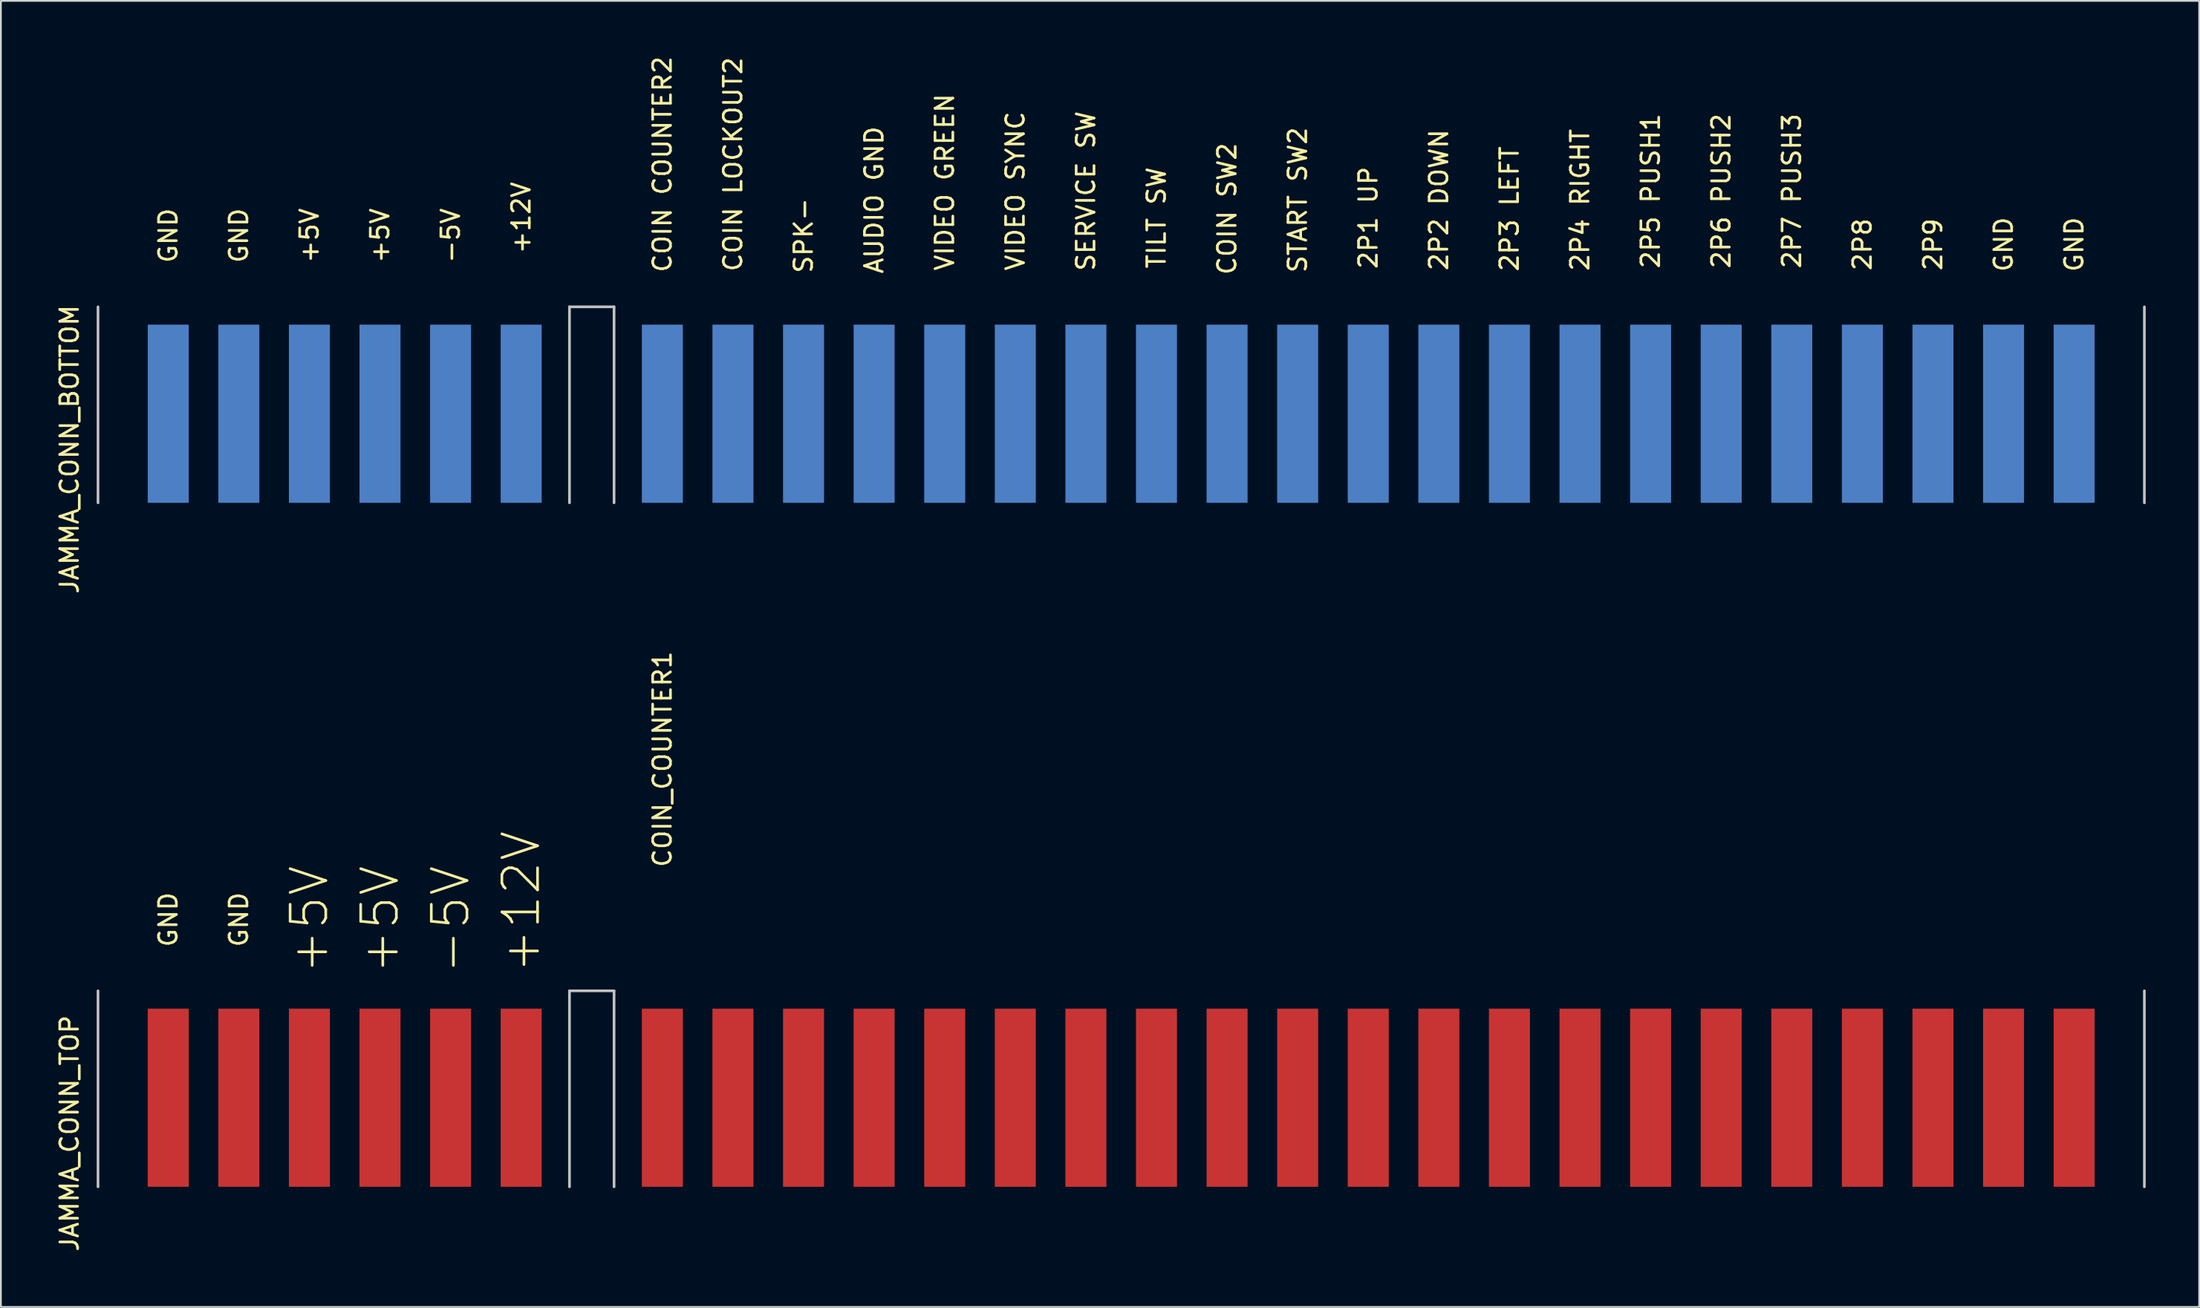
<source format=kicad_pcb>
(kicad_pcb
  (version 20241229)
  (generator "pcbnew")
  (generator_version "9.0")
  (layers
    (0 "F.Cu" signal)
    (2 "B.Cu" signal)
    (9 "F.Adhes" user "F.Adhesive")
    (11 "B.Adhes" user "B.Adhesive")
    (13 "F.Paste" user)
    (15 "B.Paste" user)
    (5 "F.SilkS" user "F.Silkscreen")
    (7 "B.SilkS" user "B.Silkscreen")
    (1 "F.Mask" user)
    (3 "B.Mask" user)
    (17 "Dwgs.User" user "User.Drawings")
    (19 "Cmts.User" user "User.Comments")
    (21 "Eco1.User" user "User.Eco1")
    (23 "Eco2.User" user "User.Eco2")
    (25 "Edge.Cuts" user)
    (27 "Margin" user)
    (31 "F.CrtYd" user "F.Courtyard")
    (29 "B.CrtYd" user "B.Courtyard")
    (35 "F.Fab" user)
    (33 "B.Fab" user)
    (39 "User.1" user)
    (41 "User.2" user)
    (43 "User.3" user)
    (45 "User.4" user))
  (footprint "JAMMA_CONN_TOP"
    (layer "F.Cu")
    (at 59.848 58.565)
    (property "Reference" "JAMMA_CONN_TOP" (at -59 2 90) (layer "F.SilkS") (effects (font (size 1 1) (thickness 0.15))))
    (attr through_hole)
    (fp_line (start -57.4 5) (end -57.4 -6) (stroke (width 0.15) (type solid)) (layer "Dwgs.User"))
    (fp_line (start -30.95 -6) (end -28.45 -6) (stroke (width 0.15) (type solid)) (layer "Dwgs.User"))
    (fp_line (start -30.95 5) (end -30.95 -6) (stroke (width 0.15) (type solid)) (layer "Dwgs.User"))
    (fp_line (start -28.45 5) (end -28.45 -6) (stroke (width 0.15) (type solid)) (layer "Dwgs.User"))
    (fp_line (start 57.4 5) (end 57.4 -6) (stroke (width 0.15) (type solid)) (layer "Dwgs.User"))
    (fp_text user "+5V" (at -41.58 -10 90) (layer "F.SilkS") (effects (font (size 2 2) (thickness 0.15))))
    (fp_text user "+12V" (at -33.66 -11 90) (layer "F.SilkS") (effects (font (size 2 2) (thickness 0.15))))
    (fp_text user "-5V" (at -37.62 -10 90) (layer "F.SilkS") (effects (font (size 2 2) (thickness 0.15))))
    (fp_text user "GND" (at -49.5 -10 90) (layer "F.SilkS") (effects (font (size 1 1) (thickness 0.15))))
    (fp_text user "+5V" (at -45.54 -10 90) (layer "F.SilkS") (effects (font (size 2 2) (thickness 0.15))))
    (fp_text user "COIN_COUNTER1" (at -25.74 -19 90) (layer "F.SilkS") (effects (font (size 1 1) (thickness 0.15))))
    (fp_text user "GND" (at -53.46 -10 90) (layer "F.SilkS") (effects (font (size 1 1) (thickness 0.15))))
    (pad "1" smd rect (at -53.46 0) (size 2.3 10) (layers "F.Cu" "F.Mask" "F.Paste"))
    (pad "2" smd rect (at -49.5 0) (size 2.3 10) (layers "F.Cu" "F.Mask" "F.Paste"))
    (pad "3" smd rect (at -45.54 0) (size 2.3 10) (layers "F.Cu" "F.Mask" "F.Paste"))
    (pad "4" smd rect (at -41.58 0) (size 2.3 10) (layers "F.Cu" "F.Mask" "F.Paste"))
    (pad "5" smd rect (at -37.62 0) (size 2.3 10) (layers "F.Cu" "F.Mask" "F.Paste"))
    (pad "6" smd rect (at -33.66 0) (size 2.3 10) (layers "F.Cu" "F.Mask" "F.Paste"))
    (pad "8" smd rect (at -25.74 0) (size 2.3 10) (layers "F.Cu" "F.Mask" "F.Paste"))
    (pad "9" smd rect (at -21.78 0) (size 2.3 10) (layers "F.Cu" "F.Mask" "F.Paste"))
    (pad "10" smd rect (at -17.82 0) (size 2.3 10) (layers "F.Cu" "F.Mask" "F.Paste"))
    (pad "11" smd rect (at -13.86 0) (size 2.3 10) (layers "F.Cu" "F.Mask" "F.Paste"))
    (pad "12" smd rect (at -9.9 0) (size 2.3 10) (layers "F.Cu" "F.Mask" "F.Paste"))
    (pad "13" smd rect (at -5.94 0) (size 2.3 10) (layers "F.Cu" "F.Mask" "F.Paste"))
    (pad "14" smd rect (at -1.98 0) (size 2.3 10) (layers "F.Cu" "F.Mask" "F.Paste"))
    (pad "15" smd rect (at 1.98 0) (size 2.3 10) (layers "F.Cu" "F.Mask" "F.Paste"))
    (pad "16" smd rect (at 5.94 0) (size 2.3 10) (layers "F.Cu" "F.Mask" "F.Paste"))
    (pad "17" smd rect (at 9.9 0) (size 2.3 10) (layers "F.Cu" "F.Mask" "F.Paste"))
    (pad "18" smd rect (at 13.86 0) (size 2.3 10) (layers "F.Cu" "F.Mask" "F.Paste"))
    (pad "19" smd rect (at 17.82 0) (size 2.3 10) (layers "F.Cu" "F.Mask" "F.Paste"))
    (pad "20" smd rect (at 21.78 0) (size 2.3 10) (layers "F.Cu" "F.Mask" "F.Paste"))
    (pad "21" smd rect (at 25.74 0) (size 2.3 10) (layers "F.Cu" "F.Mask" "F.Paste"))
    (pad "22" smd rect (at 29.7 0) (size 2.3 10) (layers "F.Cu" "F.Mask" "F.Paste"))
    (pad "23" smd rect (at 33.66 0) (size 2.3 10) (layers "F.Cu" "F.Mask" "F.Paste"))
    (pad "24" smd rect (at 37.62 0) (size 2.3 10) (layers "F.Cu" "F.Mask" "F.Paste"))
    (pad "25" smd rect (at 41.58 0) (size 2.3 10) (layers "F.Cu" "F.Mask" "F.Paste"))
    (pad "26" smd rect (at 45.54 0) (size 2.3 10) (layers "F.Cu" "F.Mask" "F.Paste"))
    (pad "27" smd rect (at 49.5 0) (size 2.3 10) (layers "F.Cu" "F.Mask" "F.Paste"))
    (pad "28" smd rect (at 53.46 0) (size 2.3 10) (layers "F.Cu" "F.Mask" "F.Paste")))
  (footprint "JAMMA_CONN_BOTTOM"
    (layer "F.Cu")
    (at 59.848 20.173)
    (property "Reference" "JAMMA_CONN_BOTTOM" (at -59 2 90) (layer "F.SilkS") (effects (font (size 1 1) (thickness 0.15))))
    (attr through_hole)
    (fp_line (start -57.4 5) (end -57.4 -6) (stroke (width 0.15) (type solid)) (layer "Dwgs.User"))
    (fp_line (start -30.95 -6) (end -28.45 -6) (stroke (width 0.15) (type solid)) (layer "Dwgs.User"))
    (fp_line (start -30.95 5) (end -30.95 -6) (stroke (width 0.15) (type solid)) (layer "Dwgs.User"))
    (fp_line (start -28.45 5) (end -28.45 -6) (stroke (width 0.15) (type solid)) (layer "Dwgs.User"))
    (fp_line (start 57.4 5) (end 57.4 -6) (stroke (width 0.15) (type solid)) (layer "Dwgs.User"))
    (fp_text user "VIDEO SYNC" (at -5.94 -12.5 90) (layer "F.SilkS") (effects (font (size 1 1) (thickness 0.15))))
    (fp_text user "TILT SW" (at 1.98 -11 90) (layer "F.SilkS") (effects (font (size 1 1) (thickness 0.15))))
    (fp_text user "2P3 LEFT" (at 21.78 -11.5 90) (layer "F.SilkS") (effects (font (size 1 1) (thickness 0.15))))
    (fp_text user "2P9" (at 45.54 -9.5 90) (layer "F.SilkS") (effects (font (size 1 1) (thickness 0.15))))
    (fp_text user "START SW2" (at 9.9 -12 90) (layer "F.SilkS") (effects (font (size 1 1) (thickness 0.15))))
    (fp_text user "2P2 DOWN" (at 17.82 -12 90) (layer "F.SilkS") (effects (font (size 1 1) (thickness 0.15))))
    (fp_text user "+5V" (at -41.58 -10 90) (layer "F.SilkS") (effects (font (size 1 1) (thickness 0.15))))
    (fp_text user "COIN COUNTER2" (at -25.74 -14 90) (layer "F.SilkS") (effects (font (size 1 1) (thickness 0.15))))
    (fp_text user "2P8" (at 41.58 -9.5 90) (layer "F.SilkS") (effects (font (size 1 1) (thickness 0.15))))
    (fp_text user "2P7 PUSH3" (at 37.62 -12.5 90) (layer "F.SilkS") (effects (font (size 1 1) (thickness 0.15))))
    (fp_text user "SERVICE SW" (at -1.98 -12.5 90) (layer "F.SilkS") (effects (font (size 1 1) (thickness 0.15))))
    (fp_text user "2P6 PUSH2" (at 33.66 -12.5 90) (layer "F.SilkS") (effects (font (size 1 1) (thickness 0.15))))
    (fp_text user "VIDEO GREEN" (at -9.9 -13 90) (layer "F.SilkS") (effects (font (size 1 1) (thickness 0.15))))
    (fp_text user "GND" (at -49.5 -10 90) (layer "F.SilkS") (effects (font (size 1 1) (thickness 0.15))))
    (fp_text user "+5V" (at -45.54 -10 90) (layer "F.SilkS") (effects (font (size 1 1) (thickness 0.15))))
    (fp_text user "2P4 RIGHT" (at 25.74 -12 90) (layer "F.SilkS") (effects (font (size 1 1) (thickness 0.15))))
    (fp_text user "+12V" (at -33.66 -11 90) (layer "F.SilkS") (effects (font (size 1 1) (thickness 0.15))))
    (fp_text user "COIN LOCKOUT2" (at -21.78 -14 90) (layer "F.SilkS") (effects (font (size 1 1) (thickness 0.15))))
    (fp_text user "COIN SW2" (at 5.94 -11.5 90) (layer "F.SilkS") (effects (font (size 1 1) (thickness 0.15))))
    (fp_text user "GND" (at -53.46 -10 90) (layer "F.SilkS") (effects (font (size 1 1) (thickness 0.15))))
    (fp_text user "SPK-" (at -17.82 -10 90) (layer "F.SilkS") (effects (font (size 1 1) (thickness 0.15))))
    (fp_text user "-5V" (at -37.62 -10 90) (layer "F.SilkS") (effects (font (size 1 1) (thickness 0.15))))
    (fp_text user "2P5 PUSH1" (at 29.7 -12.5 90) (layer "F.SilkS") (effects (font (size 1 1) (thickness 0.15))))
    (fp_text user "AUDIO GND" (at -13.86 -12 90) (layer "F.SilkS") (effects (font (size 1 1) (thickness 0.15))))
    (fp_text user "2P1 UP" (at 13.86 -11 90) (layer "F.SilkS") (effects (font (size 1 1) (thickness 0.15))))
    (fp_text user "GND" (at 49.5 -9.5 90) (layer "F.SilkS") (effects (font (size 1 1) (thickness 0.15))))
    (fp_text user "GND" (at 53.46 -9.5 90) (layer "F.SilkS") (effects (font (size 1 1) (thickness 0.15))))
    (pad "A" smd rect (at -53.46 0) (size 2.3 10) (layers "B.Cu" "B.Mask" "B.Paste"))
    (pad "B" smd rect (at -49.5 0) (size 2.3 10) (layers "B.Cu" "B.Mask" "B.Paste"))
    (pad "C" smd rect (at -45.54 0) (size 2.3 10) (layers "B.Cu" "B.Mask" "B.Paste"))
    (pad "D" smd rect (at -41.58 0) (size 2.3 10) (layers "B.Cu" "B.Mask" "B.Paste"))
    (pad "E" smd rect (at -37.62 0) (size 2.3 10) (layers "B.Cu" "B.Mask" "B.Paste"))
    (pad "F" smd rect (at -33.66 0) (size 2.3 10) (layers "B.Cu" "B.Mask" "B.Paste"))
    (pad "J" smd rect (at -25.74 0) (size 2.3 10) (layers "B.Cu" "B.Mask" "B.Paste"))
    (pad "K" smd rect (at -21.78 0) (size 2.3 10) (layers "B.Cu" "B.Mask" "B.Paste"))
    (pad "L" smd rect (at -17.82 0) (size 2.3 10) (layers "B.Cu" "B.Mask" "B.Paste"))
    (pad "M" smd rect (at -13.86 0) (size 2.3 10) (layers "B.Cu" "B.Mask" "B.Paste"))
    (pad "N" smd rect (at -9.9 0) (size 2.3 10) (layers "B.Cu" "B.Mask" "B.Paste"))
    (pad "P" smd rect (at -5.94 0) (size 2.3 10) (layers "B.Cu" "B.Mask" "B.Paste"))
    (pad "R" smd rect (at -1.98 0) (size 2.3 10) (layers "B.Cu" "B.Mask" "B.Paste"))
    (pad "S" smd rect (at 1.98 0) (size 2.3 10) (layers "B.Cu" "B.Mask" "B.Paste"))
    (pad "T" smd rect (at 5.94 0) (size 2.3 10) (layers "B.Cu" "B.Mask" "B.Paste"))
    (pad "U" smd rect (at 9.9 0) (size 2.3 10) (layers "B.Cu" "B.Mask" "B.Paste"))
    (pad "V" smd rect (at 13.86 0) (size 2.3 10) (layers "B.Cu" "B.Mask" "B.Paste"))
    (pad "W" smd rect (at 17.82 0) (size 2.3 10) (layers "B.Cu" "B.Mask" "B.Paste"))
    (pad "X" smd rect (at 21.78 0) (size 2.3 10) (layers "B.Cu" "B.Mask" "B.Paste"))
    (pad "Y" smd rect (at 25.74 0) (size 2.3 10) (layers "B.Cu" "B.Mask" "B.Paste"))
    (pad "Z" smd rect (at 29.7 0) (size 2.3 10) (layers "B.Cu" "B.Mask" "B.Paste"))
    (pad "a" smd rect (at 33.66 0) (size 2.3 10) (layers "B.Cu" "B.Mask" "B.Paste"))
    (pad "b" smd rect (at 37.62 0) (size 2.3 10) (layers "B.Cu" "B.Mask" "B.Paste"))
    (pad "c" smd rect (at 41.58 0) (size 2.3 10) (layers "B.Cu" "B.Mask" "B.Paste"))
    (pad "d" smd rect (at 45.54 0) (size 2.3 10) (layers "B.Cu" "B.Mask" "B.Paste"))
    (pad "e" smd rect (at 49.5 0) (size 2.3 10) (layers "B.Cu" "B.Mask" "B.Paste"))
    (pad "f" smd rect (at 53.46 0) (size 2.3 10) (layers "B.Cu" "B.Mask" "B.Paste")))
  (gr_rect
    (start -3 -3)
    (end 120.323 70.31)
    (stroke (width 0.1) (type default))
    (fill no)
    (layer "Edge.Cuts")))
</source>
